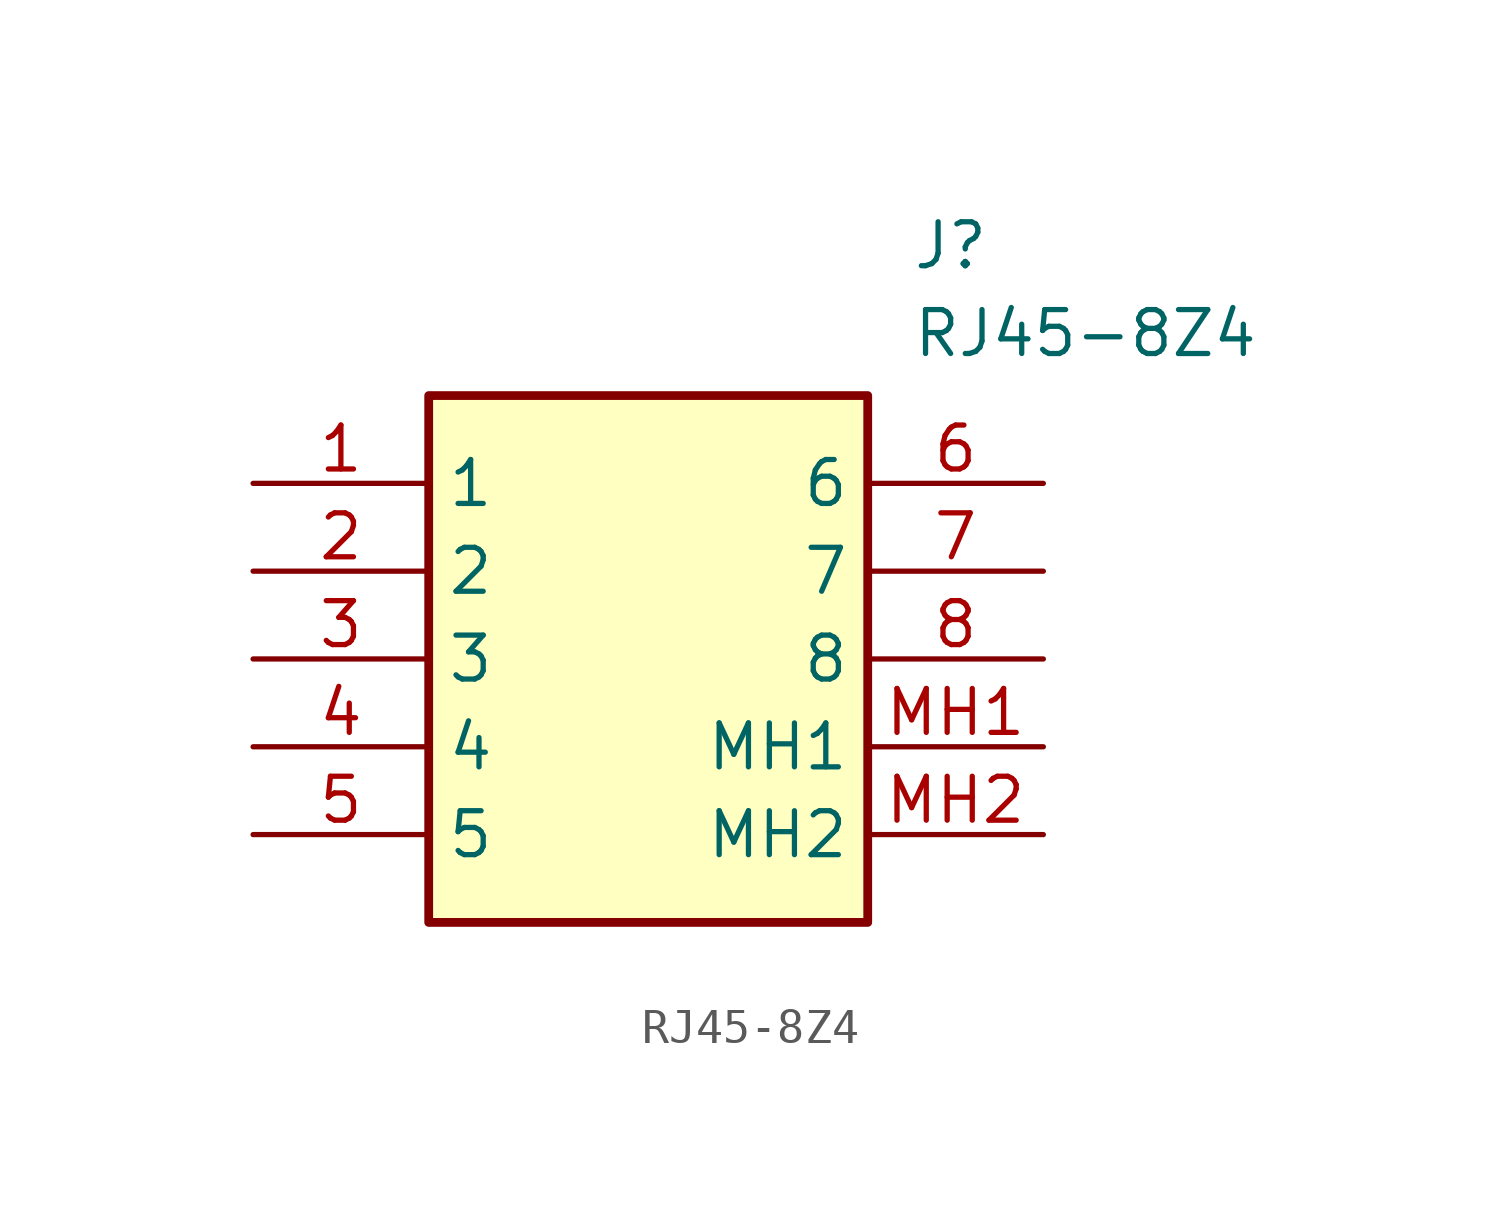
<source format=kicad_sym>
(kicad_symbol_lib
  (version 20241209)
  (generator "kicad_symbol_editor")
  (generator_version "9.0")
  (symbol "RJ45-8Z4"
    (property "Reference" "J"
      (at 19.05 7.62 0)
      (effects (font (size 1.27 1.27)) (justify left top)))
    (property "Value" "RJ45-8Z4"
      (at 19.05 5.08 0)
      (effects (font (size 1.27 1.27)) (justify left top)))
    (symbol "RJ45-8Z4_1_1"
      (rectangle (start 5.08 2.54) (end 17.78 -12.7) (stroke (width 0.254) (type default)) (fill (type background)))
      (pin passive line (at 0 0 0) (length 5.08) (name "1" (effects (font (size 1.27 1.27)))) (number "1" (effects (font (size 1.27 1.27)))))
      (pin passive line (at 0 -2.54 0) (length 5.08) (name "2" (effects (font (size 1.27 1.27)))) (number "2" (effects (font (size 1.27 1.27)))))
      (pin passive line (at 0 -5.08 0) (length 5.08) (name "3" (effects (font (size 1.27 1.27)))) (number "3" (effects (font (size 1.27 1.27)))))
      (pin passive line (at 0 -7.62 0) (length 5.08) (name "4" (effects (font (size 1.27 1.27)))) (number "4" (effects (font (size 1.27 1.27)))))
      (pin passive line (at 0 -10.16 0) (length 5.08) (name "5" (effects (font (size 1.27 1.27)))) (number "5" (effects (font (size 1.27 1.27)))))
      (pin passive line (at 22.86 0 180) (length 5.08) (name "6" (effects (font (size 1.27 1.27)))) (number "6" (effects (font (size 1.27 1.27)))))
      (pin passive line (at 22.86 -2.54 180) (length 5.08) (name "7" (effects (font (size 1.27 1.27)))) (number "7" (effects (font (size 1.27 1.27)))))
      (pin passive line (at 22.86 -5.08 180) (length 5.08) (name "8" (effects (font (size 1.27 1.27)))) (number "8" (effects (font (size 1.27 1.27)))))
      (pin passive line (at 22.86 -7.62 180) (length 5.08) (name "MH1" (effects (font (size 1.27 1.27)))) (number "MH1" (effects (font (size 1.27 1.27)))))
      (pin passive line (at 22.86 -10.16 180) (length 5.08) (name "MH2" (effects (font (size 1.27 1.27)))) (number "MH2" (effects (font (size 1.27 1.27))))))))
</source>
